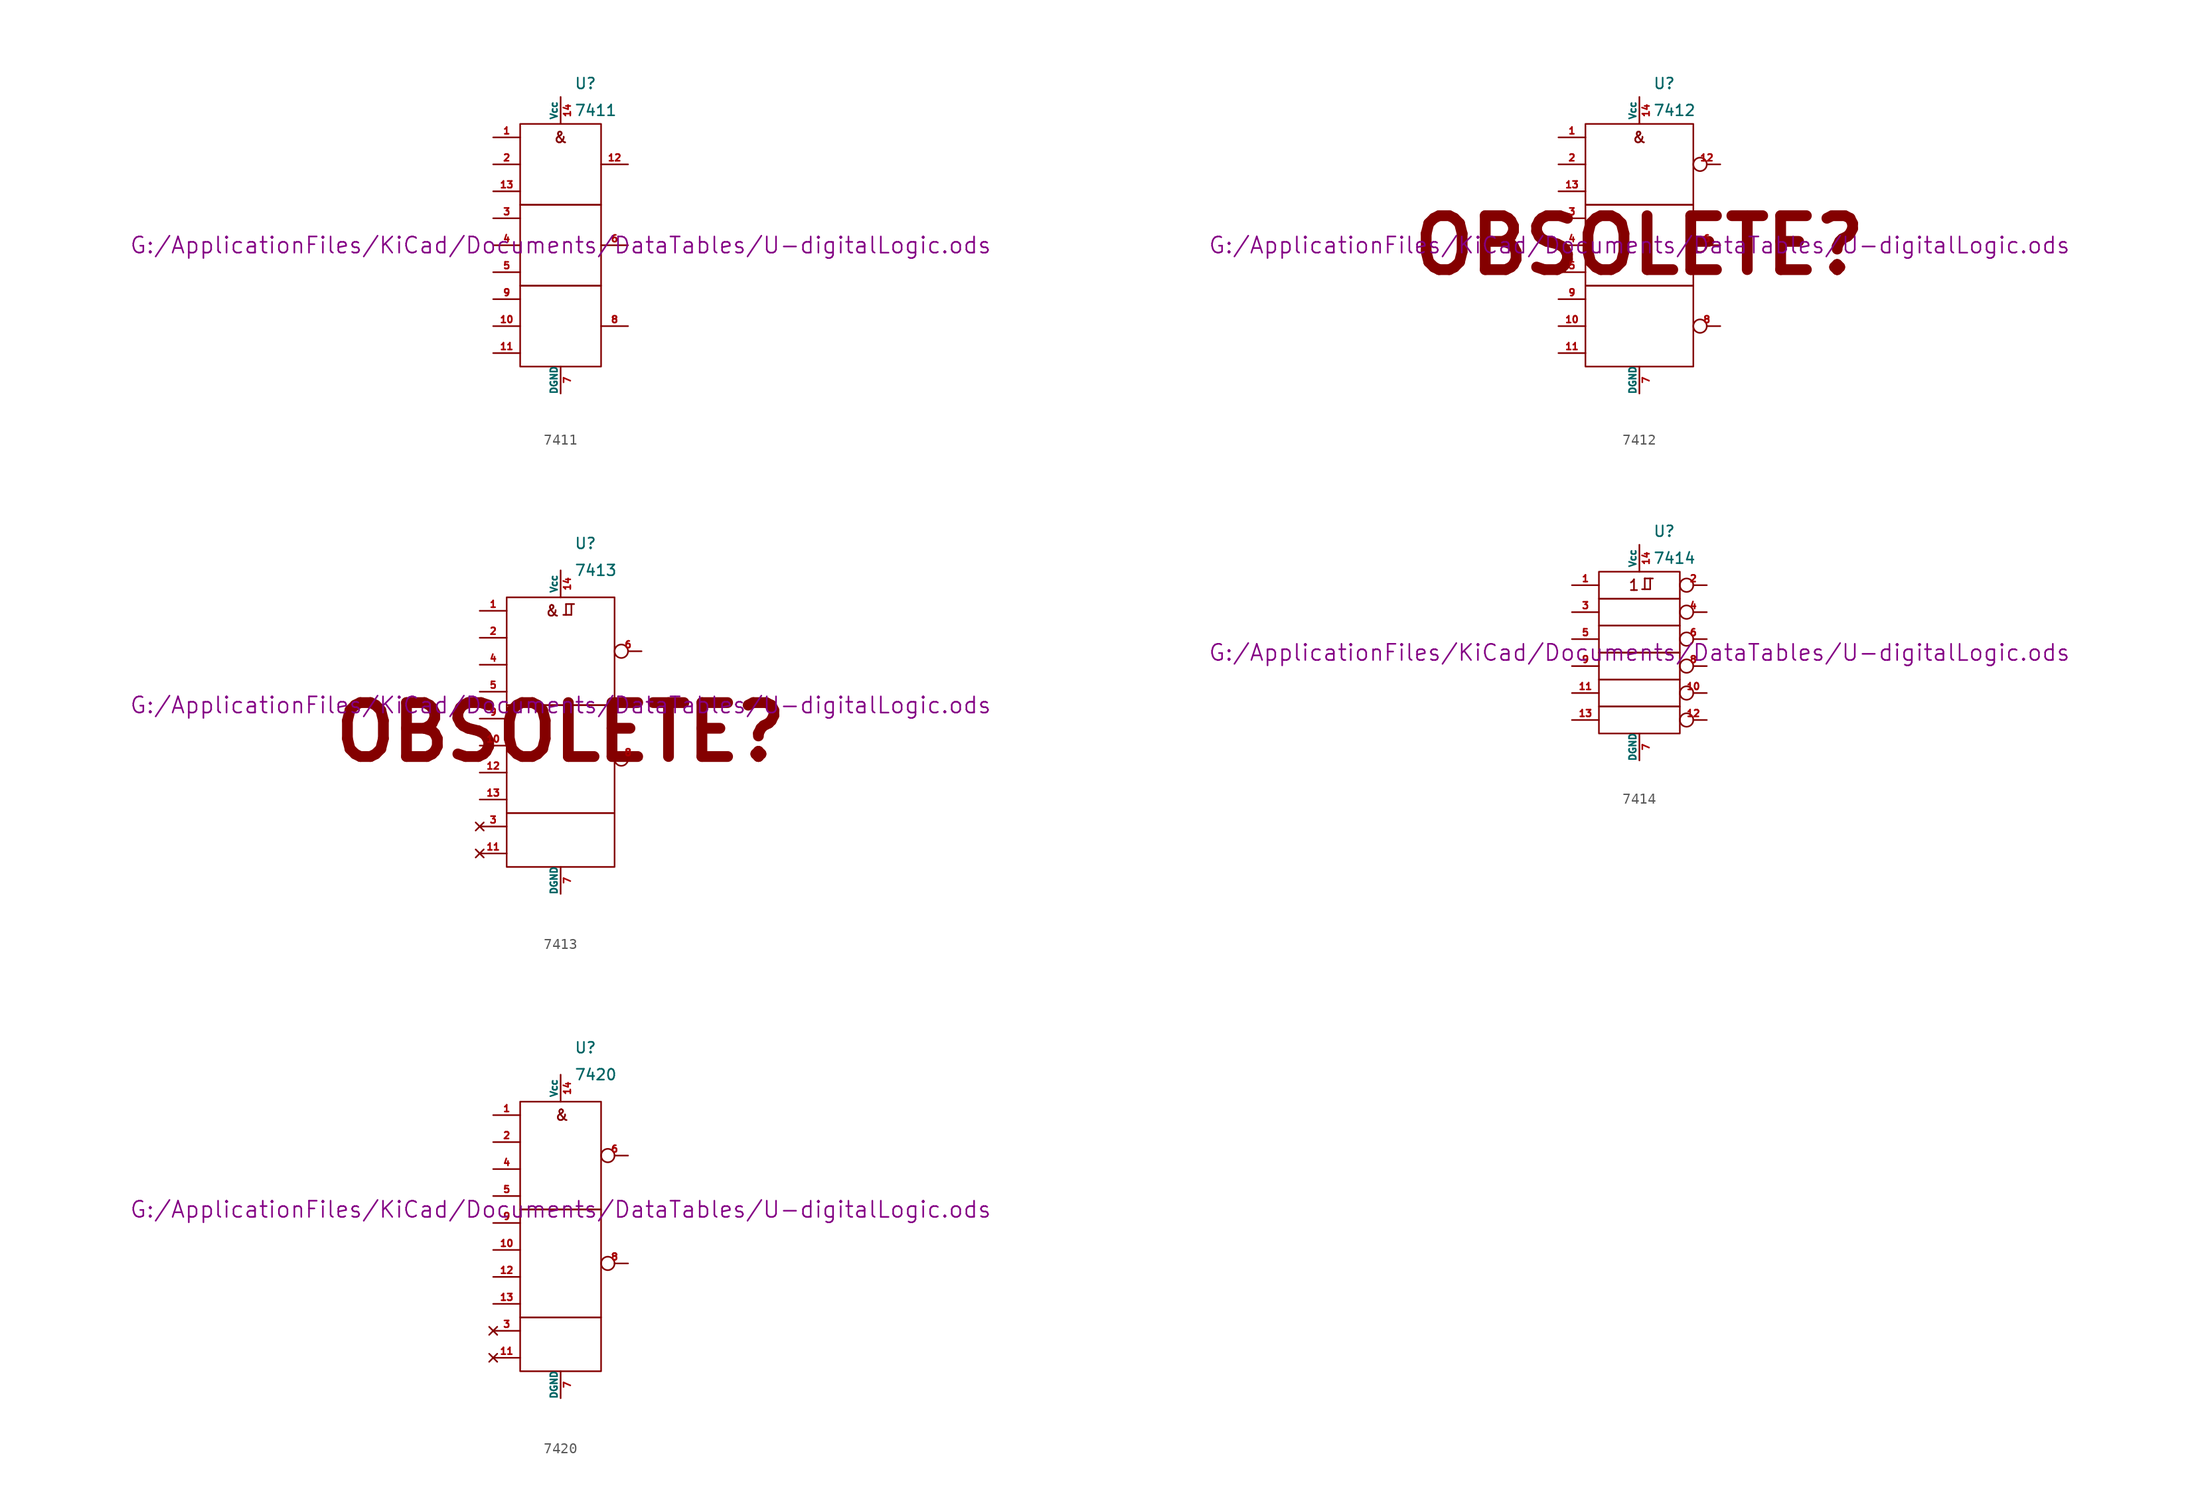
<source format=kicad_sym>
(kicad_symbol_lib
  (version 20211014)
  (generator kicad_symbol_editor)
  (symbol "7411"
    (pin_names
      (offset 0))
    (property "Reference" "U"
      (at 1.27 15.24 0)
      (effects (font (size 1.016 1.016)) (justify left)))
    (property "Value" "7411"
      (at 1.27 12.7 0)
      (effects (font (size 1.016 1.016)) (justify left)))
    (property "Footprint" ""
      (at 0 0 0)
      (effects (font (size 1.524 1.524))))
    (property "Datasheet" "G:/ApplicationFiles/KiCad/Documents/DataTables/U-digitalLogic.ods"
      (at 0 0 0)
      (effects (font (size 1.524 1.524))))
    (symbol "7411_0_0"
      (text "&" (at 0 10.16 0) (effects (font (size 1.016 1.016)))))
    (symbol "7411_0_1"
      (rectangle (start -3.81 -3.81) (end 3.81 -11.43) (stroke (width 0) (type default) (color 0 0 0 0)) (fill (type none)))
      (rectangle (start -3.81 3.81) (end 3.81 -3.81) (stroke (width 0) (type default) (color 0 0 0 0)) (fill (type none)))
      (rectangle (start -3.81 11.43) (end 3.81 3.81) (stroke (width 0) (type default) (color 0 0 0 0)) (fill (type none))))
    (symbol "7411_1_1"
      (pin input line (at -6.35 10.16 0) (length 2.54) (name "~" (effects (font (size 0.635 0.635)))) (number "1" (effects (font (size 0.635 0.635)))))
      (pin input line (at -6.35 -7.62 0) (length 2.54) (name "~" (effects (font (size 0.635 0.635)))) (number "10" (effects (font (size 0.635 0.635)))))
      (pin input line (at -6.35 -10.16 0) (length 2.54) (name "~" (effects (font (size 0.635 0.635)))) (number "11" (effects (font (size 0.635 0.635)))))
      (pin output line (at 6.35 7.62 180) (length 2.54) (name "~" (effects (font (size 0.635 0.635)))) (number "12" (effects (font (size 0.635 0.635)))))
      (pin input line (at -6.35 5.08 0) (length 2.54) (name "~" (effects (font (size 0.635 0.635)))) (number "13" (effects (font (size 0.635 0.635)))))
      (pin power_in line (at 0 13.97 270) (length 2.54) (name "Vcc" (effects (font (size 0.635 0.635)))) (number "14" (effects (font (size 0.635 0.635)))))
      (pin input line (at -6.35 7.62 0) (length 2.54) (name "~" (effects (font (size 0.635 0.635)))) (number "2" (effects (font (size 0.635 0.635)))))
      (pin input line (at -6.35 2.54 0) (length 2.54) (name "~" (effects (font (size 0.635 0.635)))) (number "3" (effects (font (size 0.635 0.635)))))
      (pin input line (at -6.35 0 0) (length 2.54) (name "~" (effects (font (size 0.635 0.635)))) (number "4" (effects (font (size 0.635 0.635)))))
      (pin input line (at -6.35 -2.54 0) (length 2.54) (name "~" (effects (font (size 0.635 0.635)))) (number "5" (effects (font (size 0.635 0.635)))))
      (pin output line (at 6.35 0 180) (length 2.54) (name "~" (effects (font (size 0.635 0.635)))) (number "6" (effects (font (size 0.635 0.635)))))
      (pin power_in line (at 0 -13.97 90) (length 2.54) (name "DGND" (effects (font (size 0.635 0.635)))) (number "7" (effects (font (size 0.635 0.635)))))
      (pin output line (at 6.35 -7.62 180) (length 2.54) (name "~" (effects (font (size 0.635 0.635)))) (number "8" (effects (font (size 0.635 0.635)))))
      (pin input line (at -6.35 -5.08 0) (length 2.54) (name "~" (effects (font (size 0.635 0.635)))) (number "9" (effects (font (size 0.635 0.635)))))))
  (symbol "7412"
    (pin_names
      (offset 0))
    (property "Reference" "U"
      (at 1.27 15.24 0)
      (effects (font (size 1.016 1.016)) (justify left)))
    (property "Value" "7412"
      (at 1.27 12.7 0)
      (effects (font (size 1.016 1.016)) (justify left)))
    (property "Footprint" ""
      (at 0 0 0)
      (effects (font (size 1.524 1.524))))
    (property "Datasheet" "G:/ApplicationFiles/KiCad/Documents/DataTables/U-digitalLogic.ods"
      (at 0 0 0)
      (effects (font (size 1.524 1.524))))
    (symbol "7412_0_0"
      (text "&" (at 0 10.16 0) (effects (font (size 1.016 1.016))))
      (text "OBSOLETE?" (at 0 0 0) (effects (font (size 5.08 5.08) bold))))
    (symbol "7412_0_1"
      (rectangle (start -5.08 -3.81) (end 5.08 -11.43) (stroke (width 0) (type default) (color 0 0 0 0)) (fill (type none)))
      (rectangle (start -5.08 3.81) (end 5.08 -3.81) (stroke (width 0) (type default) (color 0 0 0 0)) (fill (type none)))
      (rectangle (start -5.08 11.43) (end 5.08 3.81) (stroke (width 0) (type default) (color 0 0 0 0)) (fill (type none))))
    (symbol "7412_1_1"
      (pin input line (at -7.62 10.16 0) (length 2.54) (name "~" (effects (font (size 0.635 0.635)))) (number "1" (effects (font (size 0.635 0.635)))))
      (pin input line (at -7.62 -7.62 0) (length 2.54) (name "~" (effects (font (size 0.635 0.635)))) (number "10" (effects (font (size 0.635 0.635)))))
      (pin input line (at -7.62 -10.16 0) (length 2.54) (name "~" (effects (font (size 0.635 0.635)))) (number "11" (effects (font (size 0.635 0.635)))))
      (pin open_collector inverted (at 7.62 7.62 180) (length 2.54) (name "~" (effects (font (size 0.635 0.635)))) (number "12" (effects (font (size 0.635 0.635)))))
      (pin input line (at -7.62 5.08 0) (length 2.54) (name "~" (effects (font (size 0.635 0.635)))) (number "13" (effects (font (size 0.635 0.635)))))
      (pin power_in line (at 0 13.97 270) (length 2.54) (name "Vcc" (effects (font (size 0.635 0.635)))) (number "14" (effects (font (size 0.635 0.635)))))
      (pin input line (at -7.62 7.62 0) (length 2.54) (name "~" (effects (font (size 0.635 0.635)))) (number "2" (effects (font (size 0.635 0.635)))))
      (pin input line (at -7.62 2.54 0) (length 2.54) (name "~" (effects (font (size 0.635 0.635)))) (number "3" (effects (font (size 0.635 0.635)))))
      (pin input line (at -7.62 0 0) (length 2.54) (name "~" (effects (font (size 0.635 0.635)))) (number "4" (effects (font (size 0.635 0.635)))))
      (pin input line (at -7.62 -2.54 0) (length 2.54) (name "~" (effects (font (size 0.635 0.635)))) (number "5" (effects (font (size 0.635 0.635)))))
      (pin open_collector inverted (at 7.62 0 180) (length 2.54) (name "~" (effects (font (size 0.635 0.635)))) (number "6" (effects (font (size 0.635 0.635)))))
      (pin power_in line (at 0 -13.97 90) (length 2.54) (name "DGND" (effects (font (size 0.635 0.635)))) (number "7" (effects (font (size 0.635 0.635)))))
      (pin open_collector inverted (at 7.62 -7.62 180) (length 2.54) (name "~" (effects (font (size 0.635 0.635)))) (number "8" (effects (font (size 0.635 0.635)))))
      (pin input line (at -7.62 -5.08 0) (length 2.54) (name "~" (effects (font (size 0.635 0.635)))) (number "9" (effects (font (size 0.635 0.635)))))))
  (symbol "7413"
    (pin_names
      (offset 0))
    (property "Reference" "U"
      (at 1.27 17.78 0)
      (effects (font (size 1.016 1.016)) (justify left)))
    (property "Value" "7413"
      (at 1.27 15.24 0)
      (effects (font (size 1.016 1.016)) (justify left)))
    (property "Footprint" ""
      (at 0 2.54 0)
      (effects (font (size 1.524 1.524))))
    (property "Datasheet" "G:/ApplicationFiles/KiCad/Documents/DataTables/U-digitalLogic.ods"
      (at 0 2.54 0)
      (effects (font (size 1.524 1.524))))
    (symbol "7413_0_0"
      (rectangle (start -5.08 2.54) (end 5.08 -7.62) (stroke (width 0) (type default) (color 0 0 0 0)) (fill (type none)))
      (rectangle (start -5.08 12.7) (end 5.08 2.54) (stroke (width 0) (type default) (color 0 0 0 0)) (fill (type none)))
      (polyline (pts (xy 0.254 11.049) (xy 1.016 11.049)) (stroke (width 0) (type default) (color 0 0 0 0)) (fill (type none)))
      (polyline (pts (xy 0.508 12.065) (xy 0.508 11.049)) (stroke (width 0) (type default) (color 0 0 0 0)) (fill (type none)))
      (polyline (pts (xy 0.508 12.065) (xy 1.27 12.065)) (stroke (width 0) (type default) (color 0 0 0 0)) (fill (type none)))
      (polyline (pts (xy 1.016 12.065) (xy 1.016 11.049)) (stroke (width 0) (type default) (color 0 0 0 0)) (fill (type none)))
      (rectangle (start 5.08 -7.62) (end -5.08 -12.7) (stroke (width 0) (type default) (color 0 0 0 0)) (fill (type none)))
      (text "&" (at -0.762 11.43 0) (effects (font (size 1.016 1.016))))
      (text "OBSOLETE?" (at 0 0 0) (effects (font (size 5.08 5.08) bold))))
    (symbol "7413_1_1"
      (pin input line (at -7.62 11.43 0) (length 2.54) (name "~" (effects (font (size 0.635 0.635)))) (number "1" (effects (font (size 0.635 0.635)))))
      (pin input line (at -7.62 -1.27 0) (length 2.54) (name "~" (effects (font (size 0.635 0.635)))) (number "10" (effects (font (size 0.635 0.635)))))
      (pin no_connect line (at -7.62 -11.43 0) (length 2.54) (name "~" (effects (font (size 0.635 0.635)))) (number "11" (effects (font (size 0.635 0.635)))))
      (pin input line (at -7.62 -3.81 0) (length 2.54) (name "~" (effects (font (size 0.635 0.635)))) (number "12" (effects (font (size 0.635 0.635)))))
      (pin input line (at -7.62 -6.35 0) (length 2.54) (name "~" (effects (font (size 0.635 0.635)))) (number "13" (effects (font (size 0.635 0.635)))))
      (pin power_in line (at 0 15.24 270) (length 2.54) (name "Vcc" (effects (font (size 0.635 0.635)))) (number "14" (effects (font (size 0.635 0.635)))))
      (pin input line (at -7.62 8.89 0) (length 2.54) (name "~" (effects (font (size 0.635 0.635)))) (number "2" (effects (font (size 0.635 0.635)))))
      (pin no_connect line (at -7.62 -8.89 0) (length 2.54) (name "~" (effects (font (size 0.635 0.635)))) (number "3" (effects (font (size 0.635 0.635)))))
      (pin input line (at -7.62 6.35 0) (length 2.54) (name "~" (effects (font (size 0.635 0.635)))) (number "4" (effects (font (size 0.635 0.635)))))
      (pin input line (at -7.62 3.81 0) (length 2.54) (name "~" (effects (font (size 0.635 0.635)))) (number "5" (effects (font (size 0.635 0.635)))))
      (pin output inverted (at 7.62 7.62 180) (length 2.54) (name "~" (effects (font (size 0.635 0.635)))) (number "6" (effects (font (size 0.635 0.635)))))
      (pin power_in line (at 0 -15.24 90) (length 2.54) (name "DGND" (effects (font (size 0.635 0.635)))) (number "7" (effects (font (size 0.635 0.635)))))
      (pin output inverted (at 7.62 -2.54 180) (length 2.54) (name "~" (effects (font (size 0.635 0.635)))) (number "8" (effects (font (size 0.635 0.635)))))
      (pin input line (at -7.62 1.27 0) (length 2.54) (name "~" (effects (font (size 0.635 0.635)))) (number "9" (effects (font (size 0.635 0.635)))))))
  (symbol "7414"
    (pin_names
      (offset 0))
    (property "Reference" "U"
      (at 1.27 11.43 0)
      (effects (font (size 1.016 1.016)) (justify left)))
    (property "Value" "7414"
      (at 1.27 8.89 0)
      (effects (font (size 1.016 1.016)) (justify left)))
    (property "Footprint" ""
      (at 0 0 0)
      (effects (font (size 1.524 1.524))))
    (property "Datasheet" "G:/ApplicationFiles/KiCad/Documents/DataTables/U-digitalLogic.ods"
      (at 0 0 0)
      (effects (font (size 1.524 1.524))))
    (symbol "7414_0_0"
      (polyline (pts (xy 0.254 5.969) (xy 1.016 5.969)) (stroke (width 0) (type default) (color 0 0 0 0)) (fill (type none)))
      (polyline (pts (xy 0.508 5.969) (xy 0.508 6.985)) (stroke (width 0) (type default) (color 0 0 0 0)) (fill (type none)))
      (polyline (pts (xy 0.508 6.985) (xy 0.508 6.985)) (stroke (width 0) (type default) (color 0 0 0 0)) (fill (type none)))
      (polyline (pts (xy 0.508 6.985) (xy 1.27 6.985)) (stroke (width 0) (type default) (color 0 0 0 0)) (fill (type none)))
      (polyline (pts (xy 1.016 5.969) (xy 1.016 6.985)) (stroke (width 0) (type default) (color 0 0 0 0)) (fill (type none)))
      (text "1" (at -0.508 6.35 0) (effects (font (size 1.016 1.016)))))
    (symbol "7414_0_1"
      (rectangle (start -3.81 -5.08) (end 3.81 -7.62) (stroke (width 0) (type default) (color 0 0 0 0)) (fill (type none)))
      (rectangle (start -3.81 -2.54) (end 3.81 -5.08) (stroke (width 0) (type default) (color 0 0 0 0)) (fill (type none)))
      (rectangle (start -3.81 0) (end 3.81 -2.54) (stroke (width 0) (type default) (color 0 0 0 0)) (fill (type none)))
      (rectangle (start -3.81 2.54) (end 3.81 0) (stroke (width 0) (type default) (color 0 0 0 0)) (fill (type none)))
      (rectangle (start -3.81 5.08) (end 3.81 2.54) (stroke (width 0) (type default) (color 0 0 0 0)) (fill (type none)))
      (rectangle (start -3.81 7.62) (end 3.81 5.08) (stroke (width 0) (type default) (color 0 0 0 0)) (fill (type none))))
    (symbol "7414_1_1"
      (pin input line (at -6.35 6.35 0) (length 2.54) (name "~" (effects (font (size 0.635 0.635)))) (number "1" (effects (font (size 0.635 0.635)))))
      (pin output inverted (at 6.35 -3.81 180) (length 2.54) (name "~" (effects (font (size 0.635 0.635)))) (number "10" (effects (font (size 0.635 0.635)))))
      (pin input line (at -6.35 -3.81 0) (length 2.54) (name "~" (effects (font (size 0.635 0.635)))) (number "11" (effects (font (size 0.635 0.635)))))
      (pin output inverted (at 6.35 -6.35 180) (length 2.54) (name "~" (effects (font (size 0.635 0.635)))) (number "12" (effects (font (size 0.635 0.635)))))
      (pin input line (at -6.35 -6.35 0) (length 2.54) (name "~" (effects (font (size 0.635 0.635)))) (number "13" (effects (font (size 0.635 0.635)))))
      (pin power_in line (at 0 10.16 270) (length 2.54) (name "Vcc" (effects (font (size 0.635 0.635)))) (number "14" (effects (font (size 0.635 0.635)))))
      (pin output inverted (at 6.35 6.35 180) (length 2.54) (name "~" (effects (font (size 0.635 0.635)))) (number "2" (effects (font (size 0.635 0.635)))))
      (pin input line (at -6.35 3.81 0) (length 2.54) (name "~" (effects (font (size 0.635 0.635)))) (number "3" (effects (font (size 0.635 0.635)))))
      (pin output inverted (at 6.35 3.81 180) (length 2.54) (name "~" (effects (font (size 0.635 0.635)))) (number "4" (effects (font (size 0.635 0.635)))))
      (pin input line (at -6.35 1.27 0) (length 2.54) (name "~" (effects (font (size 0.635 0.635)))) (number "5" (effects (font (size 0.635 0.635)))))
      (pin output inverted (at 6.35 1.27 180) (length 2.54) (name "~" (effects (font (size 0.635 0.635)))) (number "6" (effects (font (size 0.635 0.635)))))
      (pin power_in line (at 0 -10.16 90) (length 2.54) (name "DGND" (effects (font (size 0.635 0.635)))) (number "7" (effects (font (size 0.635 0.635)))))
      (pin output inverted (at 6.35 -1.27 180) (length 2.54) (name "~" (effects (font (size 0.635 0.635)))) (number "8" (effects (font (size 0.635 0.635)))))
      (pin input line (at -6.35 -1.27 0) (length 2.54) (name "~" (effects (font (size 0.635 0.635)))) (number "9" (effects (font (size 0.635 0.635)))))))
  (symbol "7420"
    (pin_names
      (offset 0))
    (property "Reference" "U"
      (at 1.27 17.78 0)
      (effects (font (size 1.016 1.016)) (justify left)))
    (property "Value" "7420"
      (at 1.27 15.24 0)
      (effects (font (size 1.016 1.016)) (justify left)))
    (property "Footprint" ""
      (at 0 2.54 0)
      (effects (font (size 1.524 1.524))))
    (property "Datasheet" "G:/ApplicationFiles/KiCad/Documents/DataTables/U-digitalLogic.ods"
      (at 0 2.54 0)
      (effects (font (size 1.524 1.524))))
    (symbol "7420_0_0"
      (rectangle (start -3.81 2.54) (end 3.81 -7.62) (stroke (width 0) (type default) (color 0 0 0 0)) (fill (type none)))
      (rectangle (start -3.81 12.7) (end 3.81 2.54) (stroke (width 0) (type default) (color 0 0 0 0)) (fill (type none)))
      (rectangle (start 3.81 -7.62) (end -3.81 -12.7) (stroke (width 0) (type default) (color 0 0 0 0)) (fill (type none)))
      (text "&" (at 0.127 11.43 0) (effects (font (size 1.016 1.016)))))
    (symbol "7420_1_1"
      (pin input line (at -6.35 11.43 0) (length 2.54) (name "~" (effects (font (size 0.635 0.635)))) (number "1" (effects (font (size 0.635 0.635)))))
      (pin input line (at -6.35 -1.27 0) (length 2.54) (name "~" (effects (font (size 0.635 0.635)))) (number "10" (effects (font (size 0.635 0.635)))))
      (pin no_connect line (at -6.35 -11.43 0) (length 2.54) (name "~" (effects (font (size 0.635 0.635)))) (number "11" (effects (font (size 0.635 0.635)))))
      (pin input line (at -6.35 -3.81 0) (length 2.54) (name "~" (effects (font (size 0.635 0.635)))) (number "12" (effects (font (size 0.635 0.635)))))
      (pin input line (at -6.35 -6.35 0) (length 2.54) (name "~" (effects (font (size 0.635 0.635)))) (number "13" (effects (font (size 0.635 0.635)))))
      (pin power_in line (at 0 15.24 270) (length 2.54) (name "Vcc" (effects (font (size 0.635 0.635)))) (number "14" (effects (font (size 0.635 0.635)))))
      (pin input line (at -6.35 8.89 0) (length 2.54) (name "~" (effects (font (size 0.635 0.635)))) (number "2" (effects (font (size 0.635 0.635)))))
      (pin no_connect line (at -6.35 -8.89 0) (length 2.54) (name "~" (effects (font (size 0.635 0.635)))) (number "3" (effects (font (size 0.635 0.635)))))
      (pin input line (at -6.35 6.35 0) (length 2.54) (name "~" (effects (font (size 0.635 0.635)))) (number "4" (effects (font (size 0.635 0.635)))))
      (pin input line (at -6.35 3.81 0) (length 2.54) (name "~" (effects (font (size 0.635 0.635)))) (number "5" (effects (font (size 0.635 0.635)))))
      (pin output inverted (at 6.35 7.62 180) (length 2.54) (name "~" (effects (font (size 0.635 0.635)))) (number "6" (effects (font (size 0.635 0.635)))))
      (pin power_in line (at 0 -15.24 90) (length 2.54) (name "DGND" (effects (font (size 0.635 0.635)))) (number "7" (effects (font (size 0.635 0.635)))))
      (pin output inverted (at 6.35 -2.54 180) (length 2.54) (name "~" (effects (font (size 0.635 0.635)))) (number "8" (effects (font (size 0.635 0.635)))))
      (pin input line (at -6.35 1.27 0) (length 2.54) (name "~" (effects (font (size 0.635 0.635)))) (number "9" (effects (font (size 0.635 0.635))))))))
</source>
